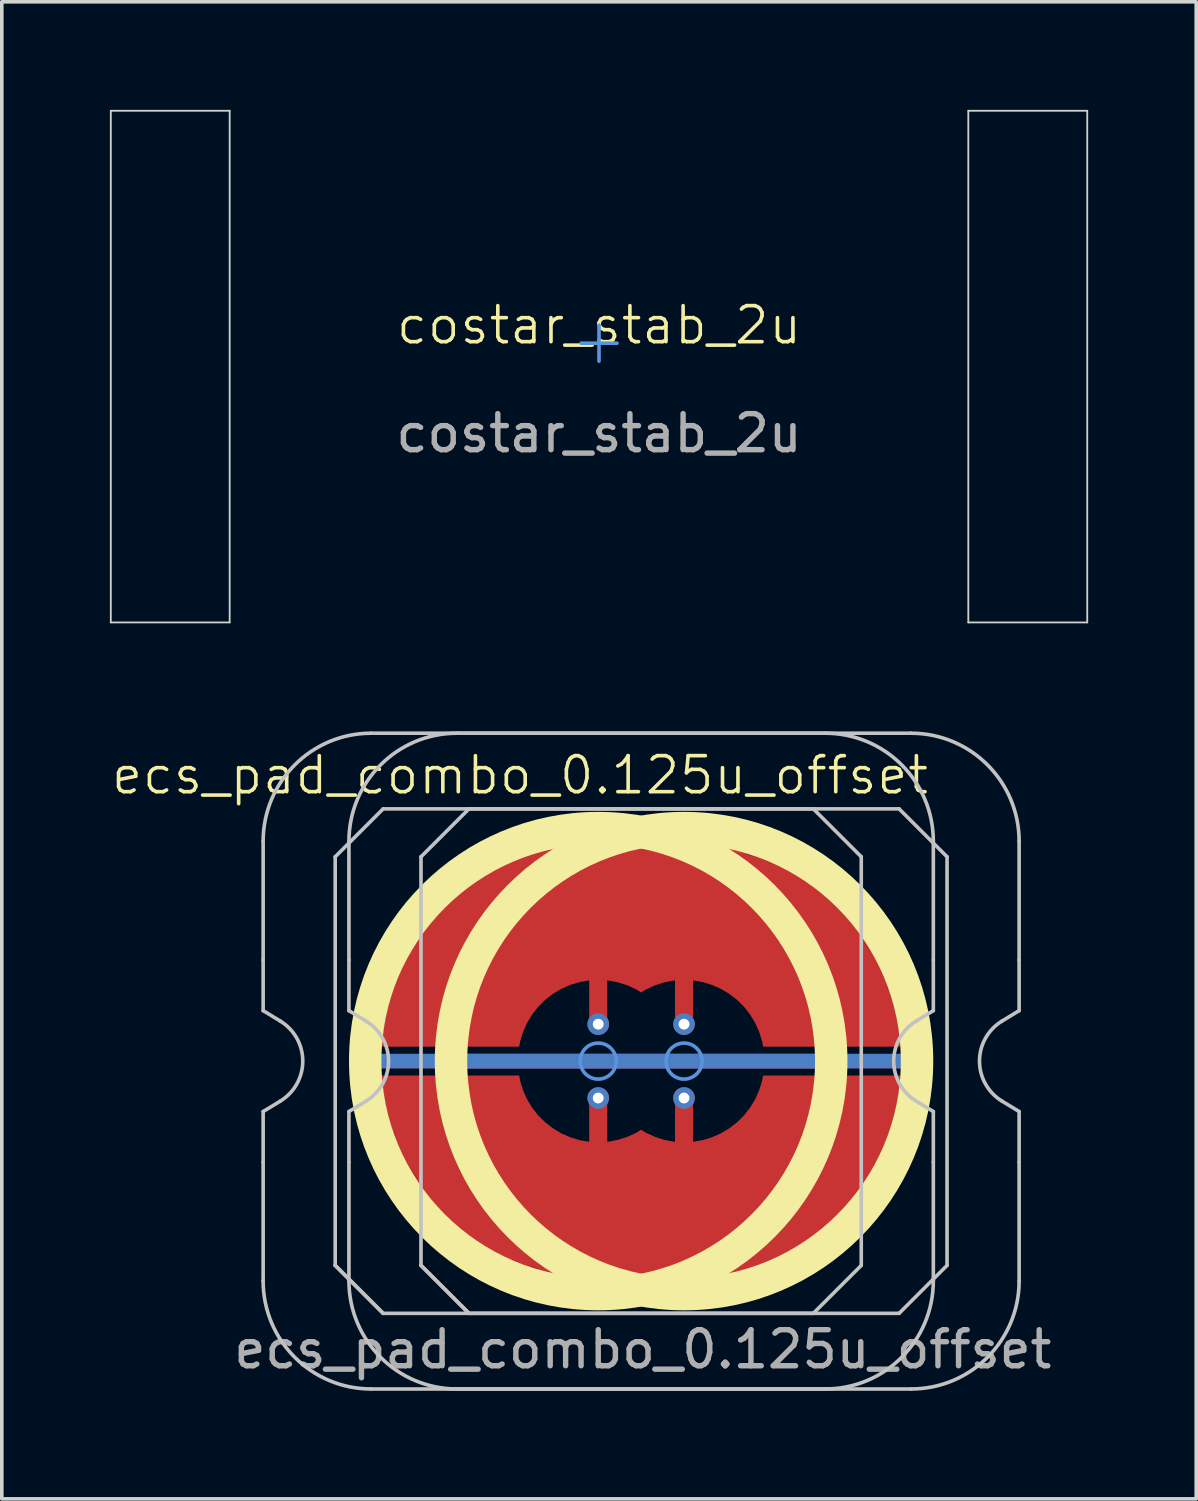
<source format=kicad_pcb>
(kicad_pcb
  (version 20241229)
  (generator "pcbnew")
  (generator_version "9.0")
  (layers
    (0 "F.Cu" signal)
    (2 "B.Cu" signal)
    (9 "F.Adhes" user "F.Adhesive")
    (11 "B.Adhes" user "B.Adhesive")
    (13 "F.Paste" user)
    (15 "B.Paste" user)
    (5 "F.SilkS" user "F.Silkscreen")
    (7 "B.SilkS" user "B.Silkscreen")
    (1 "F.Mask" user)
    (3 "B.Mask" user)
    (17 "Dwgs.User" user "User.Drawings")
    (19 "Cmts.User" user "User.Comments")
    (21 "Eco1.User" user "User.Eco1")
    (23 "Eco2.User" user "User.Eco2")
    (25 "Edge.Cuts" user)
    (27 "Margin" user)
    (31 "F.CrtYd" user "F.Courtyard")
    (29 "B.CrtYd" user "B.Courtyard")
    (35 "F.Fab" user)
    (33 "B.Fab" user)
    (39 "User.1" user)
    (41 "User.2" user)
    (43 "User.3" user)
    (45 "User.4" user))
  (footprint "costar_stab_2u"
    (layer "F.Cu")
    (at 13.575 6.475)
    (property "Reference" "costar_stab_2u" (at 0 -0.5 0) (unlocked yes) (layer "F.SilkS") (effects (font (size 1 1) (thickness 0.1))))
    (attr smd)
    (fp_line (start -0.5 0) (end 0.5 0) (stroke (width 0.1) (type default)) (layer "Cmts.User"))
    (fp_line (start 0 0.5) (end 0 -0.5) (stroke (width 0.1) (type default)) (layer "Cmts.User"))
    (fp_line (start -13.55 -6.45) (end -10.251 -6.45) (stroke (width 0.05) (type solid)) (layer "Edge.Cuts"))
    (fp_line (start -13.55 7.749) (end -13.55 -6.45) (stroke (width 0.05) (type solid)) (layer "Edge.Cuts"))
    (fp_line (start -10.251 -6.45) (end -10.251 7.749) (stroke (width 0.05) (type solid)) (layer "Edge.Cuts"))
    (fp_line (start -10.251 7.749) (end -13.55 7.749) (stroke (width 0.05) (type solid)) (layer "Edge.Cuts"))
    (fp_line (start 10.249 -6.45) (end 13.55 -6.45) (stroke (width 0.05) (type solid)) (layer "Edge.Cuts"))
    (fp_line (start 10.249 7.749) (end 10.249 -6.45) (stroke (width 0.05) (type solid)) (layer "Edge.Cuts"))
    (fp_line (start 13.55 -6.45) (end 13.55 7.749) (stroke (width 0.05) (type solid)) (layer "Edge.Cuts"))
    (fp_line (start 13.55 7.749) (end 10.249 7.749) (stroke (width 0.05) (type solid)) (layer "Edge.Cuts"))
    (fp_text user "${REFERENCE}" (at 0 2.5 0) (unlocked yes) (layer "F.Fab") (effects (font (size 1 1) (thickness 0.15)))))
  (footprint "ecs_pad_combo_0.125u_offset"
    (layer "F.Cu")
    (at 13.553 26.399)
    (property "Reference" "ecs_pad_combo_0.125u_offset" (at -2.17 -7.935 0) (unlocked yes) (layer "F.SilkS") (effects (font (size 1 1) (thickness 0.1))))
    (attr smd)
    (fp_circle (center 0 0) (end 6.467 0) (stroke (width 0.9) (type solid)) (fill no) (layer "F.SilkS"))
    (fp_circle (center 2.381 0) (end 8.848 0) (stroke (width 0.9) (type solid)) (fill no) (layer "F.SilkS"))
    (fp_line (start -9.3 -2.805) (end -9.3 -6.1) (stroke (width 0.1) (type solid)) (layer "Dwgs.User"))
    (fp_line (start -9.3 -1.4) (end -9.3 -2.805) (stroke (width 0.1) (type solid)) (layer "Dwgs.User"))
    (fp_line (start -9.3 1.4) (end -8.824 1.111) (stroke (width 0.1) (type solid)) (layer "Dwgs.User"))
    (fp_line (start -9.3 2.805) (end -9.3 1.4) (stroke (width 0.1) (type solid)) (layer "Dwgs.User"))
    (fp_line (start -9.3 6.1) (end -9.3 2.805) (stroke (width 0.1) (type solid)) (layer "Dwgs.User"))
    (fp_line (start -8.824 -1.111) (end -9.3 -1.4) (stroke (width 0.1) (type solid)) (layer "Dwgs.User"))
    (fp_line (start -7.3 -5.67) (end -5.97 -7) (stroke (width 0.1) (type solid)) (layer "Dwgs.User"))
    (fp_line (start -7.3 5.67) (end -7.3 -5.67) (stroke (width 0.1) (type solid)) (layer "Dwgs.User"))
    (fp_line (start -7.3 5.67) (end -5.97 7) (stroke (width 0.1) (type solid)) (layer "Dwgs.User"))
    (fp_line (start -6.919 -2.805) (end -6.919 -6.1) (stroke (width 0.1) (type solid)) (layer "Dwgs.User"))
    (fp_line (start -6.919 -1.4) (end -6.919 -2.805) (stroke (width 0.1) (type solid)) (layer "Dwgs.User"))
    (fp_line (start -6.919 1.4) (end -6.443 1.111) (stroke (width 0.1) (type solid)) (layer "Dwgs.User"))
    (fp_line (start -6.919 2.805) (end -6.919 1.4) (stroke (width 0.1) (type solid)) (layer "Dwgs.User"))
    (fp_line (start -6.919 6.1) (end -6.919 2.805) (stroke (width 0.1) (type solid)) (layer "Dwgs.User"))
    (fp_line (start -6.443 -1.111) (end -6.919 -1.4) (stroke (width 0.1) (type solid)) (layer "Dwgs.User"))
    (fp_line (start -6.3 -9.1) (end 6.3 -9.1) (stroke (width 0.1) (type solid)) (layer "Dwgs.User"))
    (fp_line (start -5.97 -7) (end 5.97 -7) (stroke (width 0.1) (type solid)) (layer "Dwgs.User"))
    (fp_line (start -5.97 7) (end -7.3 5.67) (stroke (width 0.1) (type solid)) (layer "Dwgs.User"))
    (fp_line (start -4.919 -5.67) (end -3.589 -7) (stroke (width 0.1) (type solid)) (layer "Dwgs.User"))
    (fp_line (start -4.919 5.67) (end -4.919 -5.67) (stroke (width 0.1) (type solid)) (layer "Dwgs.User"))
    (fp_line (start -4.919 5.67) (end -3.589 7) (stroke (width 0.1) (type solid)) (layer "Dwgs.User"))
    (fp_line (start -3.919 -9.1) (end 8.681 -9.1) (stroke (width 0.1) (type solid)) (layer "Dwgs.User"))
    (fp_line (start -3.589 -7) (end 8.351 -7) (stroke (width 0.1) (type solid)) (layer "Dwgs.User"))
    (fp_line (start -3.589 7) (end -4.919 5.67) (stroke (width 0.1) (type solid)) (layer "Dwgs.User"))
    (fp_line (start 5.97 -7) (end 7.3 -5.67) (stroke (width 0.1) (type solid)) (layer "Dwgs.User"))
    (fp_line (start 5.97 7) (end -5.97 7) (stroke (width 0.1) (type solid)) (layer "Dwgs.User"))
    (fp_line (start 6.3 9.1) (end -6.3 9.1) (stroke (width 0.1) (type solid)) (layer "Dwgs.User"))
    (fp_line (start 7.3 -5.67) (end 7.3 5.67) (stroke (width 0.1) (type solid)) (layer "Dwgs.User"))
    (fp_line (start 7.3 5.67) (end 5.97 7) (stroke (width 0.1) (type solid)) (layer "Dwgs.User"))
    (fp_line (start 8.351 -7) (end 9.681 -5.67) (stroke (width 0.1) (type solid)) (layer "Dwgs.User"))
    (fp_line (start 8.351 7) (end -3.589 7) (stroke (width 0.1) (type solid)) (layer "Dwgs.User"))
    (fp_line (start 8.681 9.1) (end -3.919 9.1) (stroke (width 0.1) (type solid)) (layer "Dwgs.User"))
    (fp_line (start 8.824 1.111) (end 9.3 1.4) (stroke (width 0.1) (type solid)) (layer "Dwgs.User"))
    (fp_line (start 9.3 -6.1) (end 9.3 -2.805) (stroke (width 0.1) (type solid)) (layer "Dwgs.User"))
    (fp_line (start 9.3 -2.805) (end 9.3 -1.4) (stroke (width 0.1) (type solid)) (layer "Dwgs.User"))
    (fp_line (start 9.3 -1.4) (end 8.824 -1.111) (stroke (width 0.1) (type solid)) (layer "Dwgs.User"))
    (fp_line (start 9.3 1.4) (end 9.3 2.805) (stroke (width 0.1) (type solid)) (layer "Dwgs.User"))
    (fp_line (start 9.3 2.805) (end 9.3 6.1) (stroke (width 0.1) (type solid)) (layer "Dwgs.User"))
    (fp_line (start 9.681 -5.67) (end 9.681 5.67) (stroke (width 0.1) (type solid)) (layer "Dwgs.User"))
    (fp_line (start 9.681 5.67) (end 8.351 7) (stroke (width 0.1) (type solid)) (layer "Dwgs.User"))
    (fp_line (start 11.206 1.111) (end 11.681 1.4) (stroke (width 0.1) (type solid)) (layer "Dwgs.User"))
    (fp_line (start 11.681 -6.1) (end 11.681 -2.805) (stroke (width 0.1) (type solid)) (layer "Dwgs.User"))
    (fp_line (start 11.681 -2.805) (end 11.681 -1.4) (stroke (width 0.1) (type solid)) (layer "Dwgs.User"))
    (fp_line (start 11.681 -1.4) (end 11.206 -1.111) (stroke (width 0.1) (type solid)) (layer "Dwgs.User"))
    (fp_line (start 11.681 1.4) (end 11.681 2.805) (stroke (width 0.1) (type solid)) (layer "Dwgs.User"))
    (fp_line (start 11.681 2.805) (end 11.681 6.1) (stroke (width 0.1) (type solid)) (layer "Dwgs.User"))
    (fp_arc (start -9.3 -6.1) (mid -8.42132 -8.22132) (end -6.3 -9.1) (stroke (width 0.1) (type solid)) (layer "Dwgs.User"))
    (fp_arc (start -8.824333 -1.110619) (mid -8.2 0) (end -8.824333 1.110619) (stroke (width 0.1) (type solid)) (layer "Dwgs.User"))
    (fp_arc (start -6.91875 -6.1) (mid -6.04007 -8.22132) (end -3.91875 -9.1) (stroke (width 0.1) (type solid)) (layer "Dwgs.User"))
    (fp_arc (start -6.443083 -1.110619) (mid -5.81875 0) (end -6.443083 1.110619) (stroke (width 0.1) (type solid)) (layer "Dwgs.User"))
    (fp_arc (start -6.3 9.1) (mid -8.42132 8.22132) (end -9.3 6.1) (stroke (width 0.1) (type solid)) (layer "Dwgs.User"))
    (fp_arc (start -3.91875 9.1) (mid -6.04007 8.22132) (end -6.91875 6.1) (stroke (width 0.1) (type solid)) (layer "Dwgs.User"))
    (fp_arc (start 6.3 -9.1) (mid 8.42132 -8.22132) (end 9.3 -6.1) (stroke (width 0.1) (type solid)) (layer "Dwgs.User"))
    (fp_arc (start 8.68125 -9.1) (mid 10.80257 -8.22132) (end 11.68125 -6.1) (stroke (width 0.1) (type solid)) (layer "Dwgs.User"))
    (fp_arc (start 8.824333 1.110619) (mid 8.2 0) (end 8.824333 -1.110619) (stroke (width 0.1) (type solid)) (layer "Dwgs.User"))
    (fp_arc (start 9.3 6.1) (mid 8.42132 8.22132) (end 6.3 9.1) (stroke (width 0.1) (type solid)) (layer "Dwgs.User"))
    (fp_arc (start 11.205583 1.110619) (mid 10.58125 0) (end 11.205583 -1.110619) (stroke (width 0.1) (type solid)) (layer "Dwgs.User"))
    (fp_arc (start 11.68125 6.1) (mid 10.80257 8.22132) (end 8.68125 9.1) (stroke (width 0.1) (type solid)) (layer "Dwgs.User"))
    (fp_circle (center 0 0) (end 0.5 0) (stroke (width 0.1) (type default)) (fill no) (layer "Cmts.User"))
    (fp_circle (center 2.381 0) (end 2.881 0) (stroke (width 0.1) (type default)) (fill no) (layer "Cmts.User"))
    (fp_circle (center 0 0) (end 1 0) (stroke (width 0.1) (type default)) (fill no) (layer "Eco1.User"))
    (fp_circle (center 2.381 0) (end 3.381 0) (stroke (width 0.1) (type default)) (fill no) (layer "Eco1.User"))
    (fp_text user "${REFERENCE}" (at 1.238 8 0) (unlocked yes) (layer "F.Fab") (effects (font (size 1 1) (thickness 0.15))))
    (pad "1" smd custom (at 0 -1.025 270) (size 0.4 0.4) (layers "F.Cu") (options (anchor circle)) (primitives (gr_line (start 0 0) (end -1.25 0) (width 0.5)) (gr_arc (start 0.6 2.214159) (mid -1.05798 0.909515) (end -0.906567 -1.194782) (width 0.05)) (gr_line (start 0.6 5.987) (end 0.6 2.214) (width 0.05)) (gr_arc (start 0.6 5.986652) (mid -3.76737 3.643101) (end -4.88152 -1.186476) (width 0.05)) (gr_arc (start -4.879768 -1.186123) (mid -3.770048 -6.020844) (end 0.6 -8.367902) (width 0.05)) (gr_line (start 0.6 3.605) (end 0.6 2.214) (width 0.05)) (gr_line (start 0.6 -4.595) (end 0.6 -8.368) (width 0.05)) (gr_line (start 0.6 -4.595) (end 0.6 -5.987) (width 0.05)) (gr_arc (start -0.910306 -1.192455) (mid -1.056551 -3.293993) (end 0.6 -4.59541) (width 0.05)) (gr_line (start 0 -2.381) (end -1.25 -2.381) (width 0.5)) (gr_poly (pts (xy 0.6 5.987) (xy 0.6 2.214) (xy 0.009 2.032) (xy -0.321 1.829) (xy -0.676 1.524) (xy -0.956 1.118) (xy -1.159 0.66) (xy -1.21 0.432) (xy -1.261 -0.152) (xy -1.21 -0.533) (xy -0.981 -1.092) (xy -0.907 -1.195) (xy -1.108 -1.549) (xy -1.184 -1.88) (xy -1.235 -2.108) (xy -1.286 -2.438) (xy -1.235 -2.692) (xy -1.159 -2.997) (xy -0.956 -3.556) (xy -0.499 -4.089) (xy 0.086 -4.445) (xy 0.6 -4.595) (xy 0.6 -8.368) (xy -0.27 -8.255) (xy -1.54 -7.823) (xy -2.531 -7.214) (xy -3.013 -6.833) (xy -3.394 -6.452) (xy -3.902 -5.842) (xy -4.283 -5.207) (xy -4.588 -4.496) (xy -4.817 -3.785) (xy -4.918 -3.302) (xy -4.994 -2.642) (xy -4.969 -1.905) (xy -4.88 -1.186) (xy -4.969 -0.508) (xy -4.994 0.102) (xy -4.969 0.584) (xy -4.867 1.27) (xy -4.664 2.007) (xy -4.309 2.794) (xy -3.724 3.708) (xy -3.394 4.089) (xy -2.988 4.47) (xy -2.531 4.851) (xy -1.896 5.258) (xy -1.134 5.613) (xy -0.6 5.766) (xy -0.27 5.867) (xy 0.467 5.969)) (width 0.01) (fill yes))))
    (pad "1" thru_hole circle (at 0 -1.025) (size 0.6 0.6) (drill 0.3) (layers "*.Cu"))
    (pad "1" thru_hole circle (at 2.381 -1.025) (size 0.6 0.6) (drill 0.3) (layers "*.Cu"))
    (pad "2" thru_hole circle (at 0 1.025) (size 0.6 0.6) (drill 0.3) (layers "*.Cu"))
    (pad "2" smd custom (at 2.381 1.025 90) (size 0.4 0.4) (layers "F.Cu") (options (anchor circle)) (primitives (gr_line (start 0 0) (end -1.25 0) (width 0.5)) (gr_poly (pts (xy 0.6 5.987) (xy 0.6 2.214) (xy 0.009 2.032) (xy -0.321 1.829) (xy -0.676 1.524) (xy -0.956 1.118) (xy -1.159 0.66) (xy -1.21 0.432) (xy -1.261 -0.152) (xy -1.21 -0.533) (xy -0.981 -1.092) (xy -0.907 -1.195) (xy -1.108 -1.549) (xy -1.184 -1.88) (xy -1.235 -2.108) (xy -1.286 -2.438) (xy -1.235 -2.692) (xy -1.159 -2.997) (xy -0.956 -3.556) (xy -0.499 -4.089) (xy 0.086 -4.445) (xy 0.6 -4.595) (xy 0.6 -8.368) (xy -0.27 -8.255) (xy -1.54 -7.823) (xy -2.531 -7.214) (xy -3.013 -6.833) (xy -3.394 -6.452) (xy -3.902 -5.842) (xy -4.283 -5.207) (xy -4.588 -4.496) (xy -4.817 -3.785) (xy -4.918 -3.302) (xy -4.994 -2.642) (xy -4.969 -1.905) (xy -4.88 -1.186) (xy -4.969 -0.508) (xy -4.994 0.102) (xy -4.969 0.584) (xy -4.867 1.27) (xy -4.664 2.007) (xy -4.309 2.794) (xy -3.724 3.708) (xy -3.394 4.089) (xy -2.988 4.47) (xy -2.531 4.851) (xy -1.896 5.258) (xy -1.134 5.613) (xy -0.6 5.766) (xy -0.27 5.867) (xy 0.467 5.969)) (width 0.01) (fill yes)) (gr_line (start 0 -2.381) (end -1.25 -2.381) (width 0.5)) (gr_arc (start -0.910306 -1.192455) (mid -1.056551 -3.293993) (end 0.6 -4.59541) (width 0.05)) (gr_line (start 0.6 -4.595) (end 0.6 -5.987) (width 0.05)) (gr_line (start 0.6 -4.595) (end 0.6 -8.368) (width 0.05)) (gr_line (start 0.6 3.605) (end 0.6 2.214) (width 0.05)) (gr_arc (start -4.879768 -1.186123) (mid -3.770048 -6.020844) (end 0.6 -8.367902) (width 0.05)) (gr_arc (start 0.6 5.986652) (mid -3.76737 3.643101) (end -4.88152 -1.186476) (width 0.05)) (gr_line (start 0.6 5.987) (end 0.6 2.214) (width 0.05)) (gr_arc (start 0.6 2.214159) (mid -1.05798 0.909515) (end -0.906567 -1.194782) (width 0.05))))
    (pad "2" thru_hole circle (at 2.381 1.025) (size 0.6 0.6) (drill 0.3) (layers "*.Cu"))
    (pad "3" smd roundrect (at 0 0 270) (size 0.4 12.5) (layers "B.Cu") (roundrect_rratio 0.5))
    (pad "3" smd roundrect (at 0 0 270) (size 0.4 12.75) (layers "F.Cu") (roundrect_rratio 0.5))
    (pad "3" smd roundrect (at 2.381 0 270) (size 0.4 12.5) (layers "B.Cu") (roundrect_rratio 0.5))
    (pad "3" smd roundrect (at 2.381 0 270) (size 0.4 12.75) (layers "F.Cu") (roundrect_rratio 0.5))
    (zone (net_name "") (layer "F.Cu") (hatch edge 0.508) (connect_pads) (min_thickness 0.254) (filled_areas_thickness no) (keepout (tracks allowed) (vias allowed) (pads allowed) (copperpour not_allowed) (footprints allowed)) (placement (enabled no)) (fill) (polygon (pts (xy 19.803 26.399) (xy 19.779 26.944) (xy 19.708 27.485) (xy 19.59 28.017) (xy 19.426 28.537) (xy 19.217 29.041) (xy 18.966 29.524) (xy 18.673 29.984) (xy 18.341 30.417) (xy 17.972 30.819) (xy 17.57 31.187) (xy 17.138 31.519) (xy 16.678 31.812) (xy 16.194 32.064) (xy 15.691 32.272) (xy 15.171 32.436) (xy 14.638 32.554) (xy 14.098 32.625) (xy 13.553 32.649) (xy 13.008 32.625) (xy 12.468 32.554) (xy 11.935 32.436) (xy 11.415 32.272) (xy 10.912 32.064) (xy 10.428 31.812) (xy 9.968 31.519) (xy 9.536 31.187) (xy 9.134 30.819) (xy 8.765 30.417) (xy 8.433 29.984) (xy 8.14 29.524) (xy 7.889 29.041) (xy 7.68 28.537) (xy 7.516 28.017) (xy 7.398 27.485) (xy 7.327 26.944) (xy 7.303 26.399) (xy 7.327 25.855) (xy 7.398 25.314) (xy 7.516 24.782) (xy 7.68 24.262) (xy 7.889 23.758) (xy 8.14 23.274) (xy 8.433 22.814) (xy 8.765 22.382) (xy 9.134 21.98) (xy 9.536 21.611) (xy 9.968 21.28) (xy 10.428 20.987) (xy 10.912 20.735) (xy 11.415 20.526) (xy 11.935 20.362) (xy 12.468 20.244) (xy 13.008 20.173) (xy 13.553 20.149) (xy 14.098 20.173) (xy 14.638 20.244) (xy 15.171 20.362) (xy 15.691 20.526) (xy 16.194 20.735) (xy 16.678 20.987) (xy 17.138 21.28) (xy 17.57 21.611) (xy 17.972 21.98) (xy 18.341 22.382) (xy 18.673 22.814) (xy 18.966 23.274) (xy 19.217 23.758) (xy 19.426 24.262) (xy 19.59 24.782) (xy 19.708 25.314) (xy 19.779 25.855))))
    (zone (net_name "") (layer "F.Cu") (hatch edge 0.508) (connect_pads) (min_thickness 0.254) (filled_areas_thickness no) (keepout (tracks allowed) (vias allowed) (pads allowed) (copperpour not_allowed) (footprints allowed)) (placement (enabled no)) (fill) (polygon (pts (xy 22.184 26.399) (xy 22.16 26.944) (xy 22.089 27.485) (xy 21.971 28.017) (xy 21.807 28.537) (xy 21.599 29.041) (xy 21.347 29.524) (xy 21.054 29.984) (xy 20.722 30.417) (xy 20.354 30.819) (xy 19.952 31.187) (xy 19.519 31.519) (xy 19.059 31.812) (xy 18.576 32.064) (xy 18.072 32.272) (xy 17.552 32.436) (xy 17.02 32.554) (xy 16.479 32.625) (xy 15.934 32.649) (xy 15.39 32.625) (xy 14.849 32.554) (xy 14.317 32.436) (xy 13.797 32.272) (xy 13.293 32.064) (xy 12.809 31.812) (xy 12.349 31.519) (xy 11.917 31.187) (xy 11.515 30.819) (xy 11.146 30.417) (xy 10.815 29.984) (xy 10.522 29.524) (xy 10.27 29.041) (xy 10.061 28.537) (xy 9.897 28.017) (xy 9.779 27.485) (xy 9.708 26.944) (xy 9.684 26.399) (xy 9.708 25.855) (xy 9.779 25.314) (xy 9.897 24.782) (xy 10.061 24.262) (xy 10.27 23.758) (xy 10.522 23.274) (xy 10.815 22.814) (xy 11.146 22.382) (xy 11.515 21.98) (xy 11.917 21.611) (xy 12.349 21.28) (xy 12.809 20.987) (xy 13.293 20.735) (xy 13.797 20.526) (xy 14.317 20.362) (xy 14.849 20.244) (xy 15.39 20.173) (xy 15.934 20.149) (xy 16.479 20.173) (xy 17.02 20.244) (xy 17.552 20.362) (xy 18.072 20.526) (xy 18.576 20.735) (xy 19.059 20.987) (xy 19.519 21.28) (xy 19.952 21.611) (xy 20.354 21.98) (xy 20.722 22.382) (xy 21.054 22.814) (xy 21.347 23.274) (xy 21.599 23.758) (xy 21.807 24.262) (xy 21.971 24.782) (xy 22.089 25.314) (xy 22.16 25.855))))
    (zone (net_name "") (layer "B.Cu") (hatch edge 0.1) (connect_pads) (min_thickness 0.254) (filled_areas_thickness no) (keepout (tracks allowed) (vias allowed) (pads allowed) (copperpour not_allowed) (footprints allowed)) (placement (enabled no)) (fill) (polygon (pts (xy 19.553 26.399) (xy 19.53 26.922) (xy 19.462 27.441) (xy 19.349 27.952) (xy 19.191 28.451) (xy 18.991 28.935) (xy 18.749 29.399) (xy 18.468 29.841) (xy 18.149 30.256) (xy 17.796 30.642) (xy 17.41 30.996) (xy 16.994 31.314) (xy 16.553 31.595) (xy 16.089 31.837) (xy 15.605 32.037) (xy 15.106 32.195) (xy 14.595 32.308) (xy 14.076 32.376) (xy 13.553 32.399) (xy 13.03 32.376) (xy 12.511 32.308) (xy 12 32.195) (xy 11.501 32.037) (xy 11.017 31.837) (xy 10.553 31.595) (xy 10.112 31.314) (xy 9.696 30.996) (xy 9.31 30.642) (xy 8.957 30.256) (xy 8.638 29.841) (xy 8.357 29.399) (xy 8.115 28.935) (xy 7.915 28.451) (xy 7.757 27.952) (xy 7.644 27.441) (xy 7.576 26.922) (xy 7.553 26.399) (xy 7.576 25.876) (xy 7.644 25.357) (xy 7.757 24.846) (xy 7.915 24.347) (xy 8.115 23.864) (xy 8.357 23.399) (xy 8.638 22.958) (xy 8.957 22.543) (xy 9.31 22.157) (xy 9.696 21.803) (xy 10.112 21.484) (xy 10.553 21.203) (xy 11.017 20.961) (xy 11.501 20.761) (xy 12 20.604) (xy 12.511 20.49) (xy 13.03 20.422) (xy 13.553 20.399) (xy 14.076 20.422) (xy 14.595 20.49) (xy 15.106 20.604) (xy 15.605 20.761) (xy 16.089 20.961) (xy 16.553 21.203) (xy 16.994 21.484) (xy 17.41 21.803) (xy 17.796 22.157) (xy 18.149 22.543) (xy 18.468 22.958) (xy 18.749 23.399) (xy 18.991 23.864) (xy 19.191 24.347) (xy 19.349 24.846) (xy 19.462 25.357) (xy 19.53 25.876))))
    (zone (net_name "") (layer "B.Cu") (hatch edge 0.1) (connect_pads) (min_thickness 0.254) (filled_areas_thickness no) (keepout (tracks allowed) (vias allowed) (pads allowed) (copperpour not_allowed) (footprints allowed)) (placement (enabled no)) (fill) (polygon (pts (xy 21.934 26.399) (xy 21.911 26.922) (xy 21.843 27.441) (xy 21.73 27.952) (xy 21.572 28.451) (xy 21.372 28.935) (xy 21.13 29.399) (xy 20.849 29.841) (xy 20.531 30.256) (xy 20.177 30.642) (xy 19.791 30.996) (xy 19.376 31.314) (xy 18.934 31.595) (xy 18.47 31.837) (xy 17.986 32.037) (xy 17.487 32.195) (xy 16.976 32.308) (xy 16.457 32.376) (xy 15.934 32.399) (xy 15.411 32.376) (xy 14.892 32.308) (xy 14.381 32.195) (xy 13.882 32.037) (xy 13.399 31.837) (xy 12.934 31.595) (xy 12.493 31.314) (xy 12.078 30.996) (xy 11.692 30.642) (xy 11.338 30.256) (xy 11.019 29.841) (xy 10.738 29.399) (xy 10.496 28.935) (xy 10.296 28.451) (xy 10.139 27.952) (xy 10.025 27.441) (xy 9.957 26.922) (xy 9.934 26.399) (xy 9.957 25.876) (xy 10.025 25.357) (xy 10.139 24.846) (xy 10.296 24.347) (xy 10.496 23.864) (xy 10.738 23.399) (xy 11.019 22.958) (xy 11.338 22.543) (xy 11.692 22.157) (xy 12.078 21.803) (xy 12.493 21.484) (xy 12.934 21.203) (xy 13.399 20.961) (xy 13.882 20.761) (xy 14.381 20.604) (xy 14.892 20.49) (xy 15.411 20.422) (xy 15.934 20.399) (xy 16.457 20.422) (xy 16.976 20.49) (xy 17.487 20.604) (xy 17.986 20.761) (xy 18.47 20.961) (xy 18.934 21.203) (xy 19.376 21.484) (xy 19.791 21.803) (xy 20.177 22.157) (xy 20.531 22.543) (xy 20.849 22.958) (xy 21.13 23.399) (xy 21.372 23.864) (xy 21.572 24.347) (xy 21.73 24.846) (xy 21.843 25.357) (xy 21.911 25.876)))))
  (gr_rect
    (start -3 -3)
    (end 30.149 38.549)
    (stroke (width 0.1) (type default))
    (fill no)
    (layer "Edge.Cuts")))
</source>
